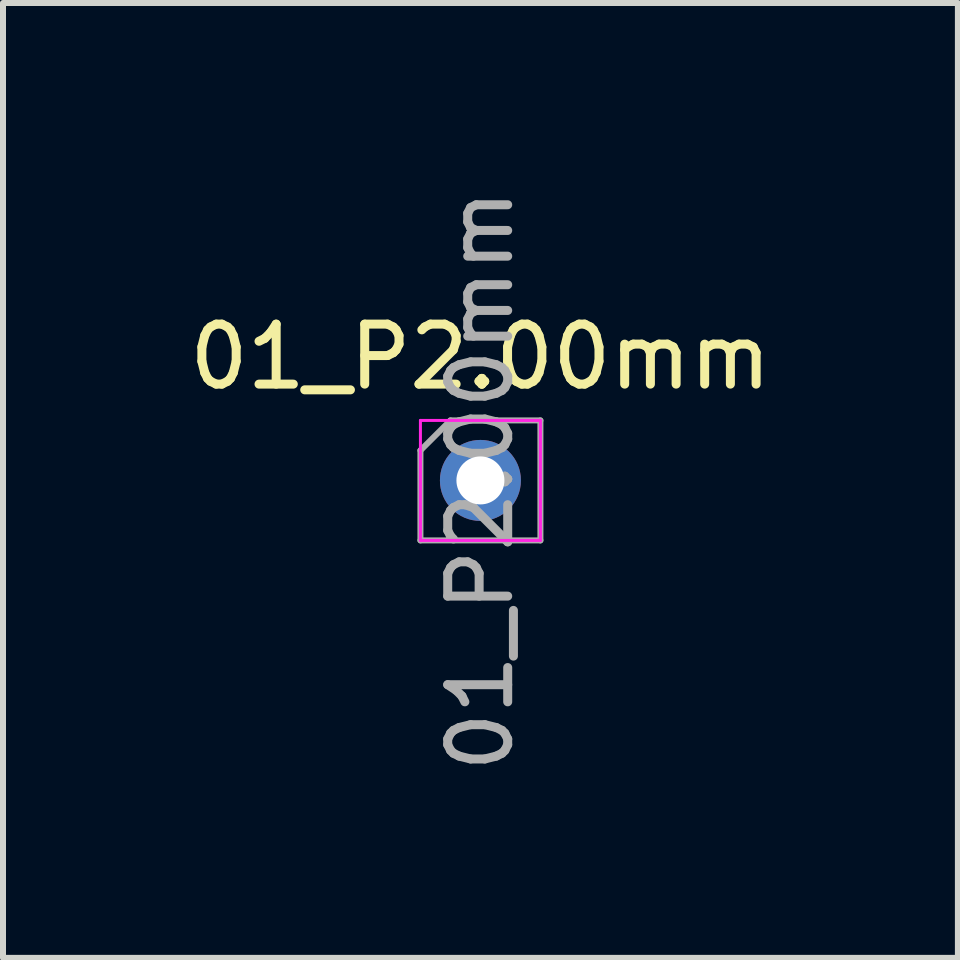
<source format=kicad_pcb>
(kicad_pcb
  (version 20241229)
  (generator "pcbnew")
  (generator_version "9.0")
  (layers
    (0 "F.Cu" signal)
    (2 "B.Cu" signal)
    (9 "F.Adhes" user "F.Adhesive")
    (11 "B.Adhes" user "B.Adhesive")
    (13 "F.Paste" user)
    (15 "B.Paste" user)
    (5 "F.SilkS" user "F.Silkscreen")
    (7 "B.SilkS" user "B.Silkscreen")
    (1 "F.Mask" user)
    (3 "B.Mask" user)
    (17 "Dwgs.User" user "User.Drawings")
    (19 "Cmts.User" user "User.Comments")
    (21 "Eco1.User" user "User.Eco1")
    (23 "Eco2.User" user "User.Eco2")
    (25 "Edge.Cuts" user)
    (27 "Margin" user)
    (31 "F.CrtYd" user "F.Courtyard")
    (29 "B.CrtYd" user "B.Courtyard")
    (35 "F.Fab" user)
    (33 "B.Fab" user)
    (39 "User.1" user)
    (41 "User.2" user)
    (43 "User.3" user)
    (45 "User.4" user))
  (footprint "01_P2.00mm"
    (layer "F.Cu")
    (at 4.958 4.958)
    (property "Reference" "01_P2.00mm" (at 0 -2.06 0) (layer "F.SilkS") (effects (font (size 1 1) (thickness 0.15))))
    (attr through_hole)
    (fp_line (start -1 -1) (end -1 1) (stroke (width 0.05) (type solid)) (layer "F.CrtYd"))
    (fp_line (start -1 1) (end 1 1) (stroke (width 0.05) (type solid)) (layer "F.CrtYd"))
    (fp_line (start 1 -1) (end -1 -1) (stroke (width 0.05) (type solid)) (layer "F.CrtYd"))
    (fp_line (start 1 1) (end 1 -1) (stroke (width 0.05) (type solid)) (layer "F.CrtYd"))
    (fp_line (start -1 -0.5) (end -0.5 -1) (stroke (width 0.1) (type solid)) (layer "F.Fab"))
    (fp_line (start -1 1) (end -1 -0.5) (stroke (width 0.1) (type solid)) (layer "F.Fab"))
    (fp_line (start -0.5 -1) (end 1 -1) (stroke (width 0.1) (type solid)) (layer "F.Fab"))
    (fp_line (start 1 -1) (end 1 1) (stroke (width 0.1) (type solid)) (layer "F.Fab"))
    (fp_line (start 1 1) (end -1 1) (stroke (width 0.1) (type solid)) (layer "F.Fab"))
    (fp_text user "${REFERENCE}" (at 0 0 90) (layer "F.Fab") (effects (font (size 1 1) (thickness 0.15))))
    (pad "1" thru_hole circle (at 0 0) (size 1.35 1.35) (drill 0.8) (layers "*.Cu" "*.Mask")))
  (gr_rect
    (start -3 -3)
    (end 12.917 12.917)
    (stroke (width 0.1) (type default))
    (fill no)
    (layer "Edge.Cuts")))
</source>
